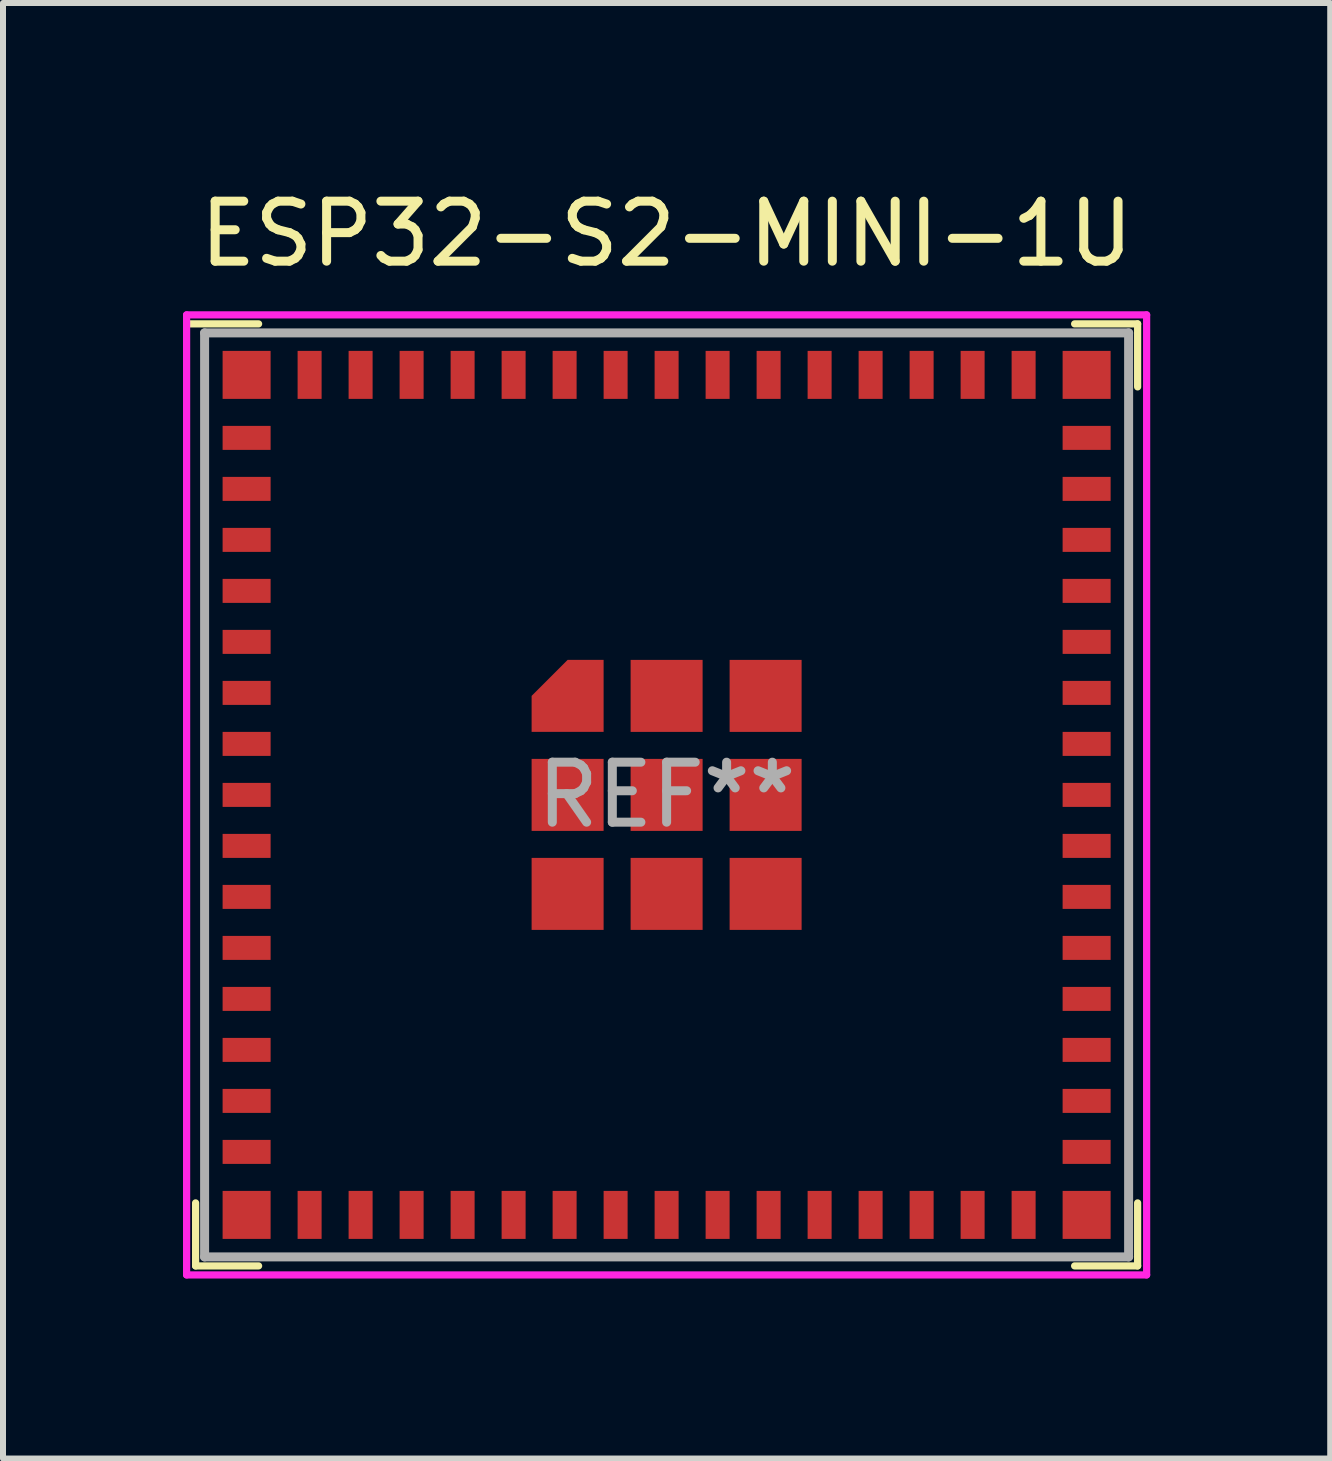
<source format=kicad_pcb>
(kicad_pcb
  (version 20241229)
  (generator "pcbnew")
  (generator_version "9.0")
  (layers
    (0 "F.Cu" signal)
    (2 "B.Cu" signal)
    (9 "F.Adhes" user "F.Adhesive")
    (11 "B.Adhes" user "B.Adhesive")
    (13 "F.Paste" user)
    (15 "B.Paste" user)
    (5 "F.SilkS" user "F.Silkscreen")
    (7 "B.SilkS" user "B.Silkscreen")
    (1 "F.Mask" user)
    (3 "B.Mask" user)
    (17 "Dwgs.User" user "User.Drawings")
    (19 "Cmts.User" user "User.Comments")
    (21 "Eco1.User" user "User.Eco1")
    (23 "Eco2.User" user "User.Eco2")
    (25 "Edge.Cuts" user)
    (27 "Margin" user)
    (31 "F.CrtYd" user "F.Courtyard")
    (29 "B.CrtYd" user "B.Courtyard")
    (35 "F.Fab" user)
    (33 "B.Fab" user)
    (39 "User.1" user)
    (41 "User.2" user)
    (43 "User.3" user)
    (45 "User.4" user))
  (footprint "ESP32-S2-MINI-1U"
    (layer "F.Cu")
    (at 8.06 10.198)
    (property "Reference" "ESP32-S2-MINI-1U" (at 0 -9.35 0) (layer "F.SilkS") (effects (font (size 1 1) (thickness 0.15))))
    (attr smd)
    (fp_line (start -7.85 7.85) (end -7.85 6.8) (stroke (width 0.12) (type solid)) (layer "F.SilkS"))
    (fp_line (start -7.7 -7.7) (end 7.7 -7.7) (stroke (width 0.12) (type solid)) (layer "F.SilkS"))
    (fp_line (start -7.7 7.7) (end -7.7 -7.7) (stroke (width 0.12) (type solid)) (layer "F.SilkS"))
    (fp_line (start -6.8 -7.85) (end -8 -7.85) (stroke (width 0.12) (type solid)) (layer "F.SilkS"))
    (fp_line (start -6.8 7.85) (end -7.85 7.85) (stroke (width 0.12) (type solid)) (layer "F.SilkS"))
    (fp_line (start 6.8 -7.85) (end 7.85 -7.85) (stroke (width 0.12) (type solid)) (layer "F.SilkS"))
    (fp_line (start 6.8 7.85) (end 7.85 7.85) (stroke (width 0.12) (type solid)) (layer "F.SilkS"))
    (fp_line (start 7.7 -7.7) (end 7.7 7.7) (stroke (width 0.12) (type solid)) (layer "F.SilkS"))
    (fp_line (start 7.7 7.7) (end -7.7 7.7) (stroke (width 0.12) (type solid)) (layer "F.SilkS"))
    (fp_line (start 7.85 -7.85) (end 7.85 -6.8) (stroke (width 0.12) (type solid)) (layer "F.SilkS"))
    (fp_line (start 7.85 7.85) (end 7.85 6.8) (stroke (width 0.12) (type solid)) (layer "F.SilkS"))
    (fp_line (start -8 -8) (end -8 8) (stroke (width 0.12) (type solid)) (layer "F.CrtYd"))
    (fp_line (start -8 8) (end 8 8) (stroke (width 0.12) (type solid)) (layer "F.CrtYd"))
    (fp_line (start 8 -8) (end -8 -8) (stroke (width 0.12) (type solid)) (layer "F.CrtYd"))
    (fp_line (start 8 8) (end 8 -8) (stroke (width 0.12) (type solid)) (layer "F.CrtYd"))
    (fp_line (start -7.7 -7.7) (end -7.7 7.7) (stroke (width 0.15) (type solid)) (layer "F.Fab"))
    (fp_line (start -7.7 7.7) (end 7.7 7.7) (stroke (width 0.15) (type solid)) (layer "F.Fab"))
    (fp_line (start 7.7 -7.7) (end -7.7 -7.7) (stroke (width 0.15) (type solid)) (layer "F.Fab"))
    (fp_line (start 7.7 7.7) (end 7.7 -7.7) (stroke (width 0.15) (type solid)) (layer "F.Fab"))
    (fp_text user "REF**" (at 0 0 0) (layer "F.Fab") (effects (font (size 1 1) (thickness 0.15))))
    (pad "1" smd rect (at -7 -5.95 90) (size 0.4 0.8) (layers "F.Cu" "F.Mask" "F.Paste"))
    (pad "2" smd rect (at -7 -5.1 90) (size 0.4 0.8) (layers "F.Cu" "F.Mask" "F.Paste"))
    (pad "3" smd rect (at -7 -4.25 90) (size 0.4 0.8) (layers "F.Cu" "F.Mask" "F.Paste"))
    (pad "4" smd rect (at -7 -3.4 90) (size 0.4 0.8) (layers "F.Cu" "F.Mask" "F.Paste"))
    (pad "5" smd rect (at -7 -2.55 90) (size 0.4 0.8) (layers "F.Cu" "F.Mask" "F.Paste"))
    (pad "6" smd rect (at -7 -1.7 90) (size 0.4 0.8) (layers "F.Cu" "F.Mask" "F.Paste"))
    (pad "7" smd rect (at -7 -0.85 90) (size 0.4 0.8) (layers "F.Cu" "F.Mask" "F.Paste"))
    (pad "8" smd rect (at -7 0 90) (size 0.4 0.8) (layers "F.Cu" "F.Mask" "F.Paste"))
    (pad "9" smd rect (at -7 0.85 90) (size 0.4 0.8) (layers "F.Cu" "F.Mask" "F.Paste"))
    (pad "10" smd rect (at -7 1.7 90) (size 0.4 0.8) (layers "F.Cu" "F.Mask" "F.Paste"))
    (pad "11" smd rect (at -7 2.55 90) (size 0.4 0.8) (layers "F.Cu" "F.Mask" "F.Paste"))
    (pad "12" smd rect (at -7 3.4 90) (size 0.4 0.8) (layers "F.Cu" "F.Mask" "F.Paste"))
    (pad "13" smd rect (at -7 4.25 90) (size 0.4 0.8) (layers "F.Cu" "F.Mask" "F.Paste"))
    (pad "14" smd rect (at -7 5.1 90) (size 0.4 0.8) (layers "F.Cu" "F.Mask" "F.Paste"))
    (pad "15" smd rect (at -7 5.95 90) (size 0.4 0.8) (layers "F.Cu" "F.Mask" "F.Paste"))
    (pad "16" smd rect (at -5.95 7) (size 0.4 0.8) (layers "F.Cu" "F.Mask" "F.Paste"))
    (pad "17" smd rect (at -5.1 7) (size 0.4 0.8) (layers "F.Cu" "F.Mask" "F.Paste"))
    (pad "18" smd rect (at -4.25 7) (size 0.4 0.8) (layers "F.Cu" "F.Mask" "F.Paste"))
    (pad "19" smd rect (at -3.4 7) (size 0.4 0.8) (layers "F.Cu" "F.Mask" "F.Paste"))
    (pad "20" smd rect (at -2.55 7) (size 0.4 0.8) (layers "F.Cu" "F.Mask" "F.Paste"))
    (pad "21" smd rect (at -1.7 7) (size 0.4 0.8) (layers "F.Cu" "F.Mask" "F.Paste"))
    (pad "22" smd rect (at -0.85 7) (size 0.4 0.8) (layers "F.Cu" "F.Mask" "F.Paste"))
    (pad "23" smd rect (at 0 7) (size 0.4 0.8) (layers "F.Cu" "F.Mask" "F.Paste"))
    (pad "24" smd rect (at 0.85 7) (size 0.4 0.8) (layers "F.Cu" "F.Mask" "F.Paste"))
    (pad "25" smd rect (at 1.7 7) (size 0.4 0.8) (layers "F.Cu" "F.Mask" "F.Paste"))
    (pad "26" smd rect (at 2.55 7) (size 0.4 0.8) (layers "F.Cu" "F.Mask" "F.Paste"))
    (pad "27" smd rect (at 3.4 7) (size 0.4 0.8) (layers "F.Cu" "F.Mask" "F.Paste"))
    (pad "28" smd rect (at 4.25 7) (size 0.4 0.8) (layers "F.Cu" "F.Mask" "F.Paste"))
    (pad "29" smd rect (at 5.1 7) (size 0.4 0.8) (layers "F.Cu" "F.Mask" "F.Paste"))
    (pad "30" smd rect (at 5.95 7) (size 0.4 0.8) (layers "F.Cu" "F.Mask" "F.Paste"))
    (pad "31" smd rect (at 7 5.95 90) (size 0.4 0.8) (layers "F.Cu" "F.Mask" "F.Paste"))
    (pad "32" smd rect (at 7 5.1 90) (size 0.4 0.8) (layers "F.Cu" "F.Mask" "F.Paste"))
    (pad "33" smd rect (at 7 4.25 90) (size 0.4 0.8) (layers "F.Cu" "F.Mask" "F.Paste"))
    (pad "34" smd rect (at 7 3.4 90) (size 0.4 0.8) (layers "F.Cu" "F.Mask" "F.Paste"))
    (pad "35" smd rect (at 7 2.55 90) (size 0.4 0.8) (layers "F.Cu" "F.Mask" "F.Paste"))
    (pad "36" smd rect (at 7 1.7 90) (size 0.4 0.8) (layers "F.Cu" "F.Mask" "F.Paste"))
    (pad "37" smd rect (at 7 0.85 90) (size 0.4 0.8) (layers "F.Cu" "F.Mask" "F.Paste"))
    (pad "38" smd rect (at 7 0 90) (size 0.4 0.8) (layers "F.Cu" "F.Mask" "F.Paste"))
    (pad "39" smd rect (at 7 -0.85 90) (size 0.4 0.8) (layers "F.Cu" "F.Mask" "F.Paste"))
    (pad "40" smd rect (at 7 -1.7 90) (size 0.4 0.8) (layers "F.Cu" "F.Mask" "F.Paste"))
    (pad "41" smd rect (at 7 -2.55 90) (size 0.4 0.8) (layers "F.Cu" "F.Mask" "F.Paste"))
    (pad "42" smd rect (at 7 -3.4 90) (size 0.4 0.8) (layers "F.Cu" "F.Mask" "F.Paste"))
    (pad "43" smd rect (at 7 -4.25 90) (size 0.4 0.8) (layers "F.Cu" "F.Mask" "F.Paste"))
    (pad "44" smd rect (at 7 -5.1 90) (size 0.4 0.8) (layers "F.Cu" "F.Mask" "F.Paste"))
    (pad "45" smd rect (at 7 -5.95 90) (size 0.4 0.8) (layers "F.Cu" "F.Mask" "F.Paste"))
    (pad "46" smd rect (at -7 -7 180) (size 0.8 0.8) (layers "F.Cu" "F.Mask" "F.Paste"))
    (pad "46" smd rect (at -7 7 180) (size 0.8 0.8) (layers "F.Cu" "F.Mask" "F.Paste"))
    (pad "46" smd rect (at -5.95 -7) (size 0.4 0.8) (layers "F.Cu" "F.Mask" "F.Paste"))
    (pad "46" smd rect (at -5.1 -7) (size 0.4 0.8) (layers "F.Cu" "F.Mask" "F.Paste"))
    (pad "46" smd rect (at -4.25 -7) (size 0.4 0.8) (layers "F.Cu" "F.Mask" "F.Paste"))
    (pad "46" smd rect (at -3.4 -7) (size 0.4 0.8) (layers "F.Cu" "F.Mask" "F.Paste"))
    (pad "46" smd rect (at -2.55 -7) (size 0.4 0.8) (layers "F.Cu" "F.Mask" "F.Paste"))
    (pad "46" smd rect (at -1.7 -7) (size 0.4 0.8) (layers "F.Cu" "F.Mask" "F.Paste"))
    (pad "46" smd custom (at -1.65 -1.65) (size 0.6 0.6) (layers "F.Cu" "F.Mask" "F.Paste") (options (anchor rect)) (primitives (gr_poly (pts (xy 0.6 0.6) (xy -0.6 0.6) (xy -0.6 0) (xy 0 -0.6) (xy 0.6 -0.6)) (width 0) (fill yes))))
    (pad "46" smd rect (at -1.65 0) (size 1.2 1.2) (layers "F.Cu" "F.Mask" "F.Paste"))
    (pad "46" smd rect (at -1.65 1.65) (size 1.2 1.2) (layers "F.Cu" "F.Mask" "F.Paste"))
    (pad "46" smd rect (at -0.85 -7) (size 0.4 0.8) (layers "F.Cu" "F.Mask" "F.Paste"))
    (pad "46" smd rect (at 0 -7) (size 0.4 0.8) (layers "F.Cu" "F.Mask" "F.Paste"))
    (pad "46" smd rect (at 0 -1.65) (size 1.2 1.2) (layers "F.Cu" "F.Mask" "F.Paste"))
    (pad "46" smd rect (at 0 0) (size 1.2 1.2) (layers "F.Cu" "F.Mask" "F.Paste"))
    (pad "46" smd rect (at 0 1.65) (size 1.2 1.2) (layers "F.Cu" "F.Mask" "F.Paste"))
    (pad "46" smd rect (at 0.85 -7) (size 0.4 0.8) (layers "F.Cu" "F.Mask" "F.Paste"))
    (pad "46" smd rect (at 1.65 -1.65) (size 1.2 1.2) (layers "F.Cu" "F.Mask" "F.Paste"))
    (pad "46" smd rect (at 1.65 0) (size 1.2 1.2) (layers "F.Cu" "F.Mask" "F.Paste"))
    (pad "46" smd rect (at 1.65 1.65) (size 1.2 1.2) (layers "F.Cu" "F.Mask" "F.Paste"))
    (pad "46" smd rect (at 1.7 -7) (size 0.4 0.8) (layers "F.Cu" "F.Mask" "F.Paste"))
    (pad "46" smd rect (at 2.55 -7) (size 0.4 0.8) (layers "F.Cu" "F.Mask" "F.Paste"))
    (pad "46" smd rect (at 3.4 -7) (size 0.4 0.8) (layers "F.Cu" "F.Mask" "F.Paste"))
    (pad "46" smd rect (at 4.25 -7) (size 0.4 0.8) (layers "F.Cu" "F.Mask" "F.Paste"))
    (pad "46" smd rect (at 5.1 -7) (size 0.4 0.8) (layers "F.Cu" "F.Mask" "F.Paste"))
    (pad "46" smd rect (at 5.95 -7) (size 0.4 0.8) (layers "F.Cu" "F.Mask" "F.Paste"))
    (pad "46" smd rect (at 7 -7 180) (size 0.8 0.8) (layers "F.Cu" "F.Mask" "F.Paste"))
    (pad "46" smd rect (at 7 7 180) (size 0.8 0.8) (layers "F.Cu" "F.Mask" "F.Paste")))
  (gr_rect
    (start -3 -3)
    (end 19.12 21.258)
    (stroke (width 0.1) (type default))
    (fill no)
    (layer "Edge.Cuts")))
</source>
